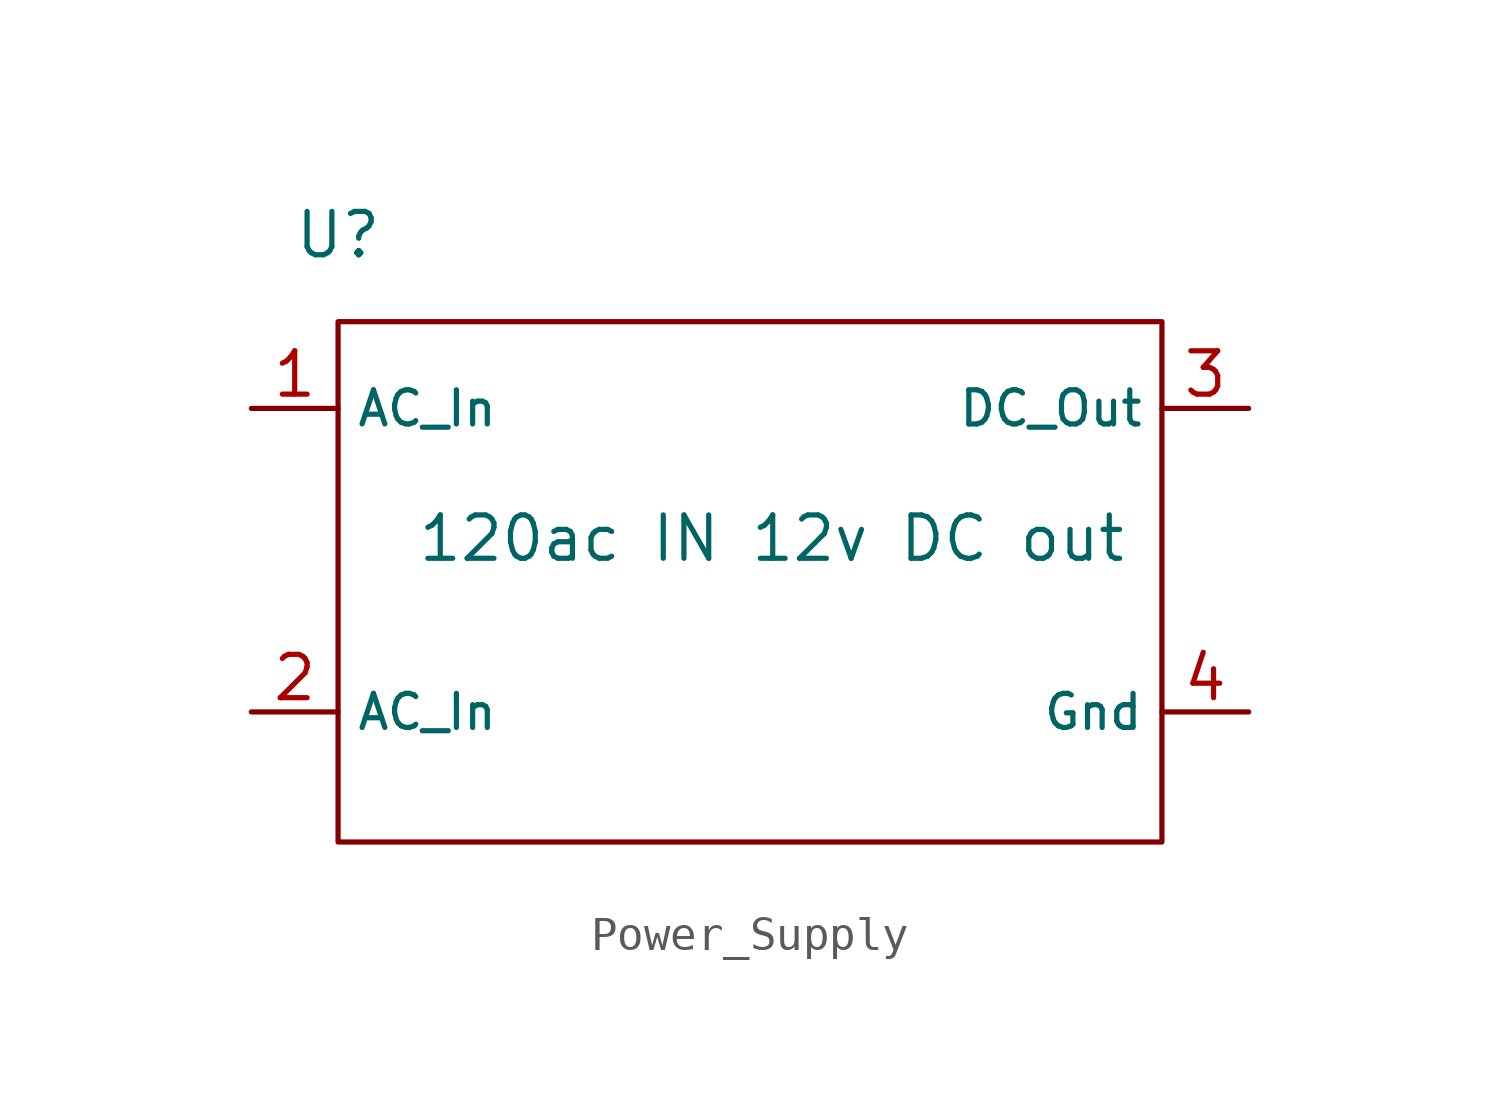
<source format=kicad_sym>
(kicad_symbol_lib
  (version 20220914)
  (generator kicad_symbol_editor)
  (symbol "Power_Supply"
    (property "Reference" "U"
      (at -12.7 10.16 0)
      (effects (font (size 1.27 1.27))))
    (property "Value" "120ac IN 12v DC out"
      (at 0 1.27 0)
      (effects (font (size 1.27 1.27))))
    (symbol "Power_Supply_0_1"
      (rectangle (start -12.7 7.62) (end 11.43 -7.62) (stroke (width 0) (type default)) (fill (type none))))
    (symbol "Power_Supply_1_1"
      (pin input line (at -15.24 5.08 0) (length 2.54) (name "AC_In" (effects (font (size 1 1)))) (number "1" (effects (font (size 1.27 1.27)))))
      (pin input line (at -15.24 -3.81 0) (length 2.54) (name "AC_In" (effects (font (size 1 1)))) (number "2" (effects (font (size 1.27 1.27)))))
      (pin output line (at 13.97 5.08 180) (length 2.54) (name "DC_Out" (effects (font (size 1 1)))) (number "3" (effects (font (size 1.27 1.27)))))
      (pin output line (at 13.97 -3.81 180) (length 2.54) (name "Gnd" (effects (font (size 1 1)))) (number "4" (effects (font (size 1.27 1.27))))))))
</source>
